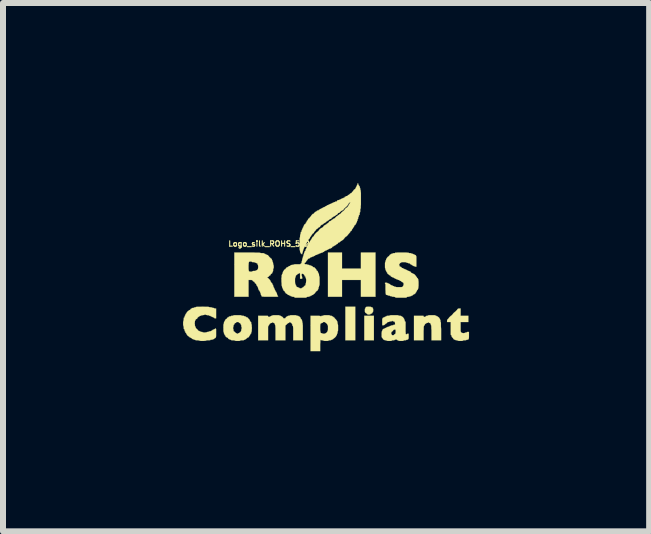
<source format=kicad_pcb>
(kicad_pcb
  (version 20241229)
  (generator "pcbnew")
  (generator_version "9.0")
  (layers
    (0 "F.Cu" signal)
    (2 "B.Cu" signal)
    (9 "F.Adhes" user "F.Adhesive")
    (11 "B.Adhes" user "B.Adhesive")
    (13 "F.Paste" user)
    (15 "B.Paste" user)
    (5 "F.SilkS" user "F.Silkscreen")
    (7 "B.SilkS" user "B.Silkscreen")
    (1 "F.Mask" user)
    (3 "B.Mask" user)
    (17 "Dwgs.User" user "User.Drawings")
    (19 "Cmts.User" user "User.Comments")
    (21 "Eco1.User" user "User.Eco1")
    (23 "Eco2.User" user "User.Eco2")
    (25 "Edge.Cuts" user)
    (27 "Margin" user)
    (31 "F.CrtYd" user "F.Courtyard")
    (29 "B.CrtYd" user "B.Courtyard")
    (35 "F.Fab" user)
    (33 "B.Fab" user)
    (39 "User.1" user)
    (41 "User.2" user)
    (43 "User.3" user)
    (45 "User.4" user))
  (footprint "Logo_silk_ROHS_5x2.8mm"
    (layer "F.Cu")
    (at 2.414 1.411)
    (property "Reference" "Logo_silk_ROHS_5x2.8mm" (at -0.8 -0.4 0) (layer "F.SilkS") (effects (font (size 0.089 0.089) (thickness 0.018))))
    (attr exclude_from_pos_files exclude_from_bom)
    (fp_poly (pts (xy 0.455 1.209) (xy 0.371 1.209) (xy 0.29 1.209) (xy 0.29 0.93) (xy 0.29 0.648) (xy 0.371 0.648) (xy 0.455 0.648) (xy 0.455 0.93) (xy 0.455 1.209)) (stroke (width 0.003) (type solid)) (fill yes) (layer "F.SilkS"))
    (fp_poly (pts (xy 0.765 1.209) (xy 0.683 1.209) (xy 0.605 1.209) (xy 0.605 1.003) (xy 0.605 0.8) (xy 0.683 0.8) (xy 0.765 0.8) (xy 0.765 1.003) (xy 0.765 1.209)) (stroke (width 0.003) (type solid)) (fill yes) (layer "F.SilkS"))
    (fp_poly (pts (xy 0.792 0.483) (xy 0.671 0.483) (xy 0.549 0.483) (xy 0.549 0.343) (xy 0.549 0.203) (xy 0.391 0.203) (xy 0.234 0.203) (xy 0.234 0.343) (xy 0.234 0.483) (xy 0.117 0.483) (xy 0 0.483) (xy 0 0.114) (xy 0 -0.254) (xy 0.117 -0.254) (xy 0.234 -0.254) (xy 0.234 -0.119) (xy 0.234 0.013) (xy 0.391 0.013) (xy 0.549 0.013) (xy 0.549 -0.119) (xy 0.549 -0.254) (xy 0.671 -0.254) (xy 0.792 -0.254) (xy 0.792 0.114) (xy 0.792 0.483)) (stroke (width 0.003) (type solid)) (fill yes) (layer "F.SilkS"))
    (fp_poly (pts (xy 0.754 0.706) (xy 0.752 0.721) (xy 0.752 0.732) (xy 0.749 0.734) (xy 0.744 0.737) (xy 0.744 0.742) (xy 0.739 0.754) (xy 0.729 0.762) (xy 0.719 0.765) (xy 0.711 0.767) (xy 0.709 0.772) (xy 0.706 0.775) (xy 0.699 0.777) (xy 0.681 0.78) (xy 0.665 0.777) (xy 0.655 0.775) (xy 0.653 0.772) (xy 0.65 0.765) (xy 0.645 0.765) (xy 0.638 0.759) (xy 0.627 0.752) (xy 0.625 0.752) (xy 0.62 0.742) (xy 0.615 0.732) (xy 0.615 0.716) (xy 0.615 0.709) (xy 0.615 0.693) (xy 0.617 0.681) (xy 0.62 0.678) (xy 0.622 0.676) (xy 0.625 0.671) (xy 0.627 0.66) (xy 0.635 0.653) (xy 0.65 0.65) (xy 0.673 0.648) (xy 0.678 0.648) (xy 0.699 0.65) (xy 0.711 0.65) (xy 0.719 0.653) (xy 0.724 0.658) (xy 0.732 0.658) (xy 0.742 0.66) (xy 0.744 0.668) (xy 0.747 0.676) (xy 0.749 0.678) (xy 0.752 0.683) (xy 0.754 0.696) (xy 0.754 0.706)) (stroke (width 0.003) (type solid)) (fill yes) (layer "F.SilkS"))
    (fp_poly (pts (xy 1.885 1.209) (xy 1.803 1.209) (xy 1.725 1.209) (xy 1.725 1.085) (xy 1.725 1.041) (xy 1.722 1.008) (xy 1.722 0.983) (xy 1.72 0.965) (xy 1.72 0.96) (xy 1.72 0.958) (xy 1.714 0.955) (xy 1.714 0.945) (xy 1.709 0.93) (xy 1.699 0.922) (xy 1.689 0.919) (xy 1.681 0.917) (xy 1.679 0.912) (xy 1.676 0.904) (xy 1.674 0.904) (xy 1.669 0.907) (xy 1.669 0.912) (xy 1.664 0.917) (xy 1.654 0.919) (xy 1.643 0.919) (xy 1.638 0.925) (xy 1.636 0.93) (xy 1.633 0.93) (xy 1.626 0.932) (xy 1.615 0.942) (xy 1.613 0.95) (xy 1.61 0.958) (xy 1.603 0.963) (xy 1.6 0.968) (xy 1.598 0.97) (xy 1.598 0.978) (xy 1.595 0.986) (xy 1.595 1.001) (xy 1.595 1.024) (xy 1.593 1.052) (xy 1.593 1.09) (xy 1.593 1.209) (xy 1.514 1.209) (xy 1.433 1.209) (xy 1.433 1.003) (xy 1.433 0.8) (xy 1.514 0.8) (xy 1.544 0.8) (xy 1.565 0.8) (xy 1.58 0.8) (xy 1.587 0.8) (xy 1.593 0.803) (xy 1.593 0.805) (xy 1.593 0.808) (xy 1.595 0.815) (xy 1.605 0.818) (xy 1.608 0.818) (xy 1.621 0.818) (xy 1.623 0.813) (xy 1.628 0.81) (xy 1.631 0.808) (xy 1.638 0.805) (xy 1.638 0.803) (xy 1.643 0.8) (xy 1.654 0.8) (xy 1.664 0.798) (xy 1.669 0.795) (xy 1.669 0.792) (xy 1.674 0.792) (xy 1.687 0.79) (xy 1.709 0.79) (xy 1.73 0.79) (xy 1.755 0.79) (xy 1.775 0.79) (xy 1.786 0.792) (xy 1.788 0.792) (xy 1.793 0.798) (xy 1.798 0.8) (xy 1.806 0.8) (xy 1.808 0.803) (xy 1.814 0.808) (xy 1.819 0.808) (xy 1.826 0.81) (xy 1.829 0.813) (xy 1.834 0.818) (xy 1.841 0.823) (xy 1.852 0.831) (xy 1.854 0.838) (xy 1.857 0.843) (xy 1.859 0.843) (xy 1.862 0.848) (xy 1.864 0.853) (xy 1.867 0.861) (xy 1.869 0.864) (xy 1.872 0.869) (xy 1.875 0.879) (xy 1.875 0.884) (xy 1.875 0.897) (xy 1.877 0.904) (xy 1.88 0.904) (xy 1.88 0.909) (xy 1.882 0.925) (xy 1.882 0.947) (xy 1.882 0.98) (xy 1.885 1.021) (xy 1.885 1.057) (xy 1.885 1.209)) (stroke (width 0.003) (type solid)) (fill yes) (layer "F.SilkS"))
    (fp_poly (pts (xy 2.349 1.128) (xy 2.349 1.156) (xy 2.347 1.176) (xy 2.344 1.189) (xy 2.337 1.194) (xy 2.329 1.199) (xy 2.319 1.199) (xy 2.309 1.201) (xy 2.304 1.204) (xy 2.299 1.206) (xy 2.289 1.209) (xy 2.276 1.209) (xy 2.261 1.209) (xy 2.25 1.212) (xy 2.248 1.214) (xy 2.245 1.217) (xy 2.23 1.219) (xy 2.212 1.219) (xy 2.207 1.219) (xy 2.184 1.219) (xy 2.172 1.217) (xy 2.164 1.214) (xy 2.159 1.212) (xy 2.149 1.209) (xy 2.144 1.209) (xy 2.131 1.206) (xy 2.123 1.204) (xy 2.118 1.199) (xy 2.113 1.199) (xy 2.103 1.196) (xy 2.093 1.189) (xy 2.088 1.181) (xy 2.085 1.176) (xy 2.078 1.166) (xy 2.073 1.163) (xy 2.062 1.151) (xy 2.06 1.138) (xy 2.057 1.125) (xy 2.052 1.123) (xy 2.05 1.123) (xy 2.047 1.118) (xy 2.045 1.11) (xy 2.045 1.095) (xy 2.045 1.074) (xy 2.045 1.046) (xy 2.045 1.013) (xy 2.045 0.904) (xy 2.014 0.904) (xy 1.984 0.904) (xy 1.984 0.886) (xy 1.986 0.869) (xy 1.996 0.856) (xy 1.999 0.853) (xy 2.009 0.843) (xy 2.014 0.838) (xy 2.014 0.836) (xy 2.017 0.831) (xy 2.024 0.823) (xy 2.035 0.813) (xy 2.045 0.803) (xy 2.05 0.8) (xy 2.052 0.8) (xy 2.057 0.795) (xy 2.065 0.787) (xy 2.073 0.78) (xy 2.078 0.772) (xy 2.083 0.767) (xy 2.09 0.757) (xy 2.101 0.747) (xy 2.111 0.739) (xy 2.116 0.734) (xy 2.121 0.732) (xy 2.131 0.721) (xy 2.141 0.711) (xy 2.149 0.704) (xy 2.154 0.696) (xy 2.159 0.688) (xy 2.169 0.681) (xy 2.184 0.678) (xy 2.189 0.678) (xy 2.21 0.678) (xy 2.21 0.739) (xy 2.21 0.8) (xy 2.273 0.8) (xy 2.339 0.8) (xy 2.339 0.851) (xy 2.339 0.904) (xy 2.273 0.904) (xy 2.21 0.904) (xy 2.21 0.983) (xy 2.21 1.013) (xy 2.21 1.036) (xy 2.21 1.052) (xy 2.212 1.062) (xy 2.215 1.067) (xy 2.217 1.072) (xy 2.22 1.077) (xy 2.233 1.085) (xy 2.245 1.087) (xy 2.258 1.09) (xy 2.273 1.087) (xy 2.281 1.085) (xy 2.283 1.085) (xy 2.289 1.079) (xy 2.299 1.079) (xy 2.309 1.077) (xy 2.314 1.074) (xy 2.319 1.069) (xy 2.329 1.069) (xy 2.332 1.069) (xy 2.349 1.069) (xy 2.349 1.128)) (stroke (width 0.003) (type solid)) (fill yes) (layer "F.SilkS"))
    (fp_poly (pts (xy -0.419 1.209) (xy -0.498 1.209) (xy -0.579 1.209) (xy -0.579 1.09) (xy -0.579 1.052) (xy -0.579 1.021) (xy -0.579 1.001) (xy -0.582 0.986) (xy -0.582 0.975) (xy -0.584 0.97) (xy -0.587 0.968) (xy -0.592 0.965) (xy -0.594 0.955) (xy -0.594 0.942) (xy -0.599 0.94) (xy -0.602 0.935) (xy -0.605 0.93) (xy -0.607 0.919) (xy -0.615 0.919) (xy -0.622 0.917) (xy -0.625 0.912) (xy -0.627 0.904) (xy -0.632 0.904) (xy -0.643 0.907) (xy -0.643 0.912) (xy -0.648 0.917) (xy -0.653 0.919) (xy -0.663 0.922) (xy -0.676 0.932) (xy -0.686 0.942) (xy -0.709 0.963) (xy -0.709 1.087) (xy -0.709 1.209) (xy -0.79 1.209) (xy -0.874 1.209) (xy -0.874 1.085) (xy -0.874 1.041) (xy -0.874 1.008) (xy -0.876 0.983) (xy -0.876 0.965) (xy -0.879 0.96) (xy -0.879 0.958) (xy -0.881 0.955) (xy -0.884 0.945) (xy -0.886 0.932) (xy -0.897 0.922) (xy -0.907 0.919) (xy -0.912 0.914) (xy -0.914 0.912) (xy -0.917 0.904) (xy -0.919 0.904) (xy -0.922 0.907) (xy -0.925 0.912) (xy -0.927 0.917) (xy -0.94 0.919) (xy -0.953 0.922) (xy -0.965 0.93) (xy -0.975 0.94) (xy -0.978 0.95) (xy -0.983 0.958) (xy -0.988 0.963) (xy -0.993 0.968) (xy -0.993 0.97) (xy -0.996 0.978) (xy -0.998 0.986) (xy -0.998 1.001) (xy -0.998 1.024) (xy -0.998 1.052) (xy -0.998 1.09) (xy -0.998 1.209) (xy -1.082 1.209) (xy -1.163 1.209) (xy -1.163 1.003) (xy -1.163 0.8) (xy -1.082 0.8) (xy -1.052 0.8) (xy -1.029 0.8) (xy -1.013 0.8) (xy -1.006 0.8) (xy -1.001 0.803) (xy -0.998 0.805) (xy -0.998 0.808) (xy -0.996 0.815) (xy -0.988 0.818) (xy -0.983 0.818) (xy -0.973 0.818) (xy -0.968 0.813) (xy -0.965 0.81) (xy -0.958 0.808) (xy -0.95 0.808) (xy -0.947 0.803) (xy -0.945 0.8) (xy -0.937 0.8) (xy -0.927 0.798) (xy -0.925 0.792) (xy -0.919 0.792) (xy -0.904 0.79) (xy -0.884 0.79) (xy -0.866 0.79) (xy -0.841 0.79) (xy -0.823 0.79) (xy -0.81 0.792) (xy -0.808 0.792) (xy -0.805 0.798) (xy -0.795 0.8) (xy -0.787 0.8) (xy -0.785 0.803) (xy -0.78 0.808) (xy -0.777 0.808) (xy -0.767 0.813) (xy -0.757 0.82) (xy -0.747 0.831) (xy -0.744 0.838) (xy -0.739 0.843) (xy -0.729 0.843) (xy -0.726 0.843) (xy -0.714 0.843) (xy -0.709 0.838) (xy -0.706 0.831) (xy -0.696 0.82) (xy -0.686 0.813) (xy -0.676 0.808) (xy -0.671 0.805) (xy -0.668 0.803) (xy -0.665 0.8) (xy -0.653 0.8) (xy -0.65 0.8) (xy -0.64 0.798) (xy -0.635 0.795) (xy -0.632 0.792) (xy -0.63 0.792) (xy -0.615 0.79) (xy -0.594 0.79) (xy -0.582 0.79) (xy -0.556 0.79) (xy -0.538 0.79) (xy -0.531 0.792) (xy -0.528 0.792) (xy -0.523 0.798) (xy -0.513 0.798) (xy -0.511 0.8) (xy -0.5 0.8) (xy -0.493 0.803) (xy -0.49 0.808) (xy -0.485 0.808) (xy -0.475 0.813) (xy -0.465 0.823) (xy -0.457 0.833) (xy -0.455 0.843) (xy -0.45 0.851) (xy -0.447 0.853) (xy -0.439 0.859) (xy -0.439 0.864) (xy -0.437 0.871) (xy -0.434 0.874) (xy -0.432 0.879) (xy -0.429 0.889) (xy -0.429 0.897) (xy -0.427 0.909) (xy -0.424 0.917) (xy -0.424 0.919) (xy -0.422 0.925) (xy -0.422 0.937) (xy -0.419 0.963) (xy -0.419 0.996) (xy -0.419 1.036) (xy -0.419 1.064) (xy -0.419 1.209)) (stroke (width 0.003) (type solid)) (fill yes) (layer "F.SilkS"))
    (fp_poly (pts (xy 0.168 0.998) (xy 0.168 1.026) (xy 0.168 1.044) (xy 0.165 1.057) (xy 0.163 1.059) (xy 0.16 1.064) (xy 0.16 1.074) (xy 0.16 1.079) (xy 0.157 1.092) (xy 0.155 1.097) (xy 0.155 1.1) (xy 0.15 1.102) (xy 0.15 1.113) (xy 0.147 1.12) (xy 0.145 1.123) (xy 0.14 1.128) (xy 0.14 1.13) (xy 0.135 1.14) (xy 0.127 1.151) (xy 0.117 1.161) (xy 0.107 1.171) (xy 0.099 1.173) (xy 0.094 1.179) (xy 0.094 1.181) (xy 0.089 1.186) (xy 0.084 1.189) (xy 0.076 1.191) (xy 0.074 1.194) (xy 0.069 1.199) (xy 0.064 1.199) (xy 0.056 1.201) (xy 0.053 1.204) (xy 0.048 1.206) (xy 0.038 1.209) (xy 0.03 1.209) (xy 0.018 1.209) (xy 0.01 1.212) (xy 0.008 1.214) (xy 0.005 1.217) (xy 0 1.217) (xy 0 1.011) (xy 0 1.003) (xy 0 0.983) (xy 0 0.968) (xy -0.003 0.96) (xy -0.003 0.958) (xy -0.008 0.955) (xy -0.008 0.95) (xy -0.013 0.942) (xy -0.02 0.932) (xy -0.03 0.922) (xy -0.038 0.919) (xy -0.043 0.914) (xy -0.043 0.912) (xy -0.048 0.907) (xy -0.058 0.904) (xy -0.064 0.904) (xy -0.079 0.904) (xy -0.084 0.909) (xy -0.084 0.912) (xy -0.089 0.917) (xy -0.097 0.919) (xy -0.107 0.919) (xy -0.109 0.925) (xy -0.112 0.927) (xy -0.119 0.93) (xy -0.122 0.93) (xy -0.124 0.932) (xy -0.127 0.937) (xy -0.127 0.95) (xy -0.13 0.965) (xy -0.13 0.993) (xy -0.13 1.001) (xy -0.13 1.034) (xy -0.127 1.057) (xy -0.124 1.072) (xy -0.122 1.082) (xy -0.117 1.087) (xy -0.107 1.09) (xy -0.104 1.09) (xy -0.097 1.09) (xy -0.094 1.095) (xy -0.089 1.097) (xy -0.079 1.097) (xy -0.069 1.1) (xy -0.053 1.097) (xy -0.046 1.095) (xy -0.043 1.095) (xy -0.041 1.09) (xy -0.038 1.09) (xy -0.03 1.085) (xy -0.02 1.077) (xy -0.013 1.067) (xy -0.008 1.057) (xy -0.005 1.049) (xy -0.003 1.049) (xy -0.003 1.044) (xy 0 1.031) (xy 0 1.011) (xy 0 1.217) (xy -0.008 1.219) (xy -0.025 1.219) (xy -0.03 1.219) (xy -0.051 1.219) (xy -0.066 1.217) (xy -0.074 1.214) (xy -0.079 1.212) (xy -0.089 1.209) (xy -0.097 1.209) (xy -0.109 1.206) (xy -0.117 1.204) (xy -0.119 1.204) (xy -0.122 1.199) (xy -0.124 1.199) (xy -0.124 1.204) (xy -0.127 1.219) (xy -0.127 1.242) (xy -0.13 1.273) (xy -0.13 1.293) (xy -0.13 1.389) (xy -0.208 1.389) (xy -0.29 1.389) (xy -0.29 1.095) (xy -0.29 0.8) (xy -0.208 0.8) (xy -0.178 0.8) (xy -0.152 0.8) (xy -0.137 0.803) (xy -0.13 0.803) (xy -0.124 0.808) (xy -0.119 0.808) (xy -0.112 0.808) (xy -0.109 0.803) (xy -0.104 0.8) (xy -0.094 0.8) (xy -0.091 0.8) (xy -0.079 0.798) (xy -0.074 0.795) (xy -0.074 0.792) (xy -0.069 0.792) (xy -0.056 0.79) (xy -0.036 0.79) (xy -0.02 0.79) (xy 0 0.79) (xy 0.018 0.79) (xy 0.028 0.792) (xy 0.033 0.798) (xy 0.043 0.798) (xy 0.046 0.8) (xy 0.058 0.8) (xy 0.064 0.803) (xy 0.069 0.808) (xy 0.074 0.808) (xy 0.081 0.813) (xy 0.089 0.818) (xy 0.097 0.826) (xy 0.102 0.828) (xy 0.109 0.833) (xy 0.112 0.841) (xy 0.122 0.851) (xy 0.13 0.859) (xy 0.14 0.871) (xy 0.147 0.881) (xy 0.15 0.886) (xy 0.152 0.892) (xy 0.155 0.894) (xy 0.157 0.899) (xy 0.157 0.909) (xy 0.16 0.917) (xy 0.16 0.93) (xy 0.163 0.937) (xy 0.163 0.94) (xy 0.165 0.942) (xy 0.168 0.958) (xy 0.168 0.978) (xy 0.168 0.998)) (stroke (width 0.003) (type solid)) (fill yes) (layer "F.SilkS"))
    (fp_poly (pts (xy -1.267 1.003) (xy -1.27 1.031) (xy -1.27 1.052) (xy -1.273 1.064) (xy -1.273 1.069) (xy -1.278 1.072) (xy -1.278 1.085) (xy -1.28 1.095) (xy -1.285 1.1) (xy -1.293 1.102) (xy -1.293 1.11) (xy -1.298 1.123) (xy -1.303 1.128) (xy -1.311 1.138) (xy -1.313 1.143) (xy -1.318 1.153) (xy -1.328 1.161) (xy -1.336 1.163) (xy -1.344 1.166) (xy -1.344 1.168) (xy -1.349 1.173) (xy -1.351 1.173) (xy -1.359 1.179) (xy -1.359 1.181) (xy -1.364 1.186) (xy -1.369 1.189) (xy -1.377 1.191) (xy -1.379 1.194) (xy -1.382 1.199) (xy -1.389 1.199) (xy -1.397 1.201) (xy -1.4 1.204) (xy -1.402 1.206) (xy -1.415 1.209) (xy -1.43 1.209) (xy -1.433 1.209) (xy -1.433 1.003) (xy -1.435 0.996) (xy -1.438 0.993) (xy -1.443 0.991) (xy -1.443 0.978) (xy -1.443 0.97) (xy -1.445 0.958) (xy -1.448 0.95) (xy -1.453 0.945) (xy -1.453 0.94) (xy -1.458 0.93) (xy -1.468 0.922) (xy -1.476 0.919) (xy -1.483 0.914) (xy -1.483 0.912) (xy -1.486 0.907) (xy -1.496 0.904) (xy -1.506 0.904) (xy -1.521 0.904) (xy -1.529 0.907) (xy -1.529 0.912) (xy -1.532 0.917) (xy -1.537 0.919) (xy -1.547 0.922) (xy -1.557 0.932) (xy -1.56 0.94) (xy -1.562 0.947) (xy -1.567 0.95) (xy -1.572 0.953) (xy -1.572 0.963) (xy -1.575 0.97) (xy -1.575 0.986) (xy -1.577 0.993) (xy -1.58 0.993) (xy -1.582 0.998) (xy -1.582 1.003) (xy -1.582 1.011) (xy -1.58 1.013) (xy -1.575 1.019) (xy -1.575 1.029) (xy -1.575 1.036) (xy -1.572 1.049) (xy -1.57 1.059) (xy -1.567 1.059) (xy -1.562 1.062) (xy -1.552 1.069) (xy -1.549 1.074) (xy -1.539 1.082) (xy -1.529 1.09) (xy -1.527 1.09) (xy -1.519 1.092) (xy -1.519 1.095) (xy -1.514 1.097) (xy -1.509 1.1) (xy -1.501 1.097) (xy -1.499 1.095) (xy -1.494 1.09) (xy -1.488 1.09) (xy -1.478 1.085) (xy -1.468 1.077) (xy -1.46 1.072) (xy -1.45 1.059) (xy -1.445 1.046) (xy -1.443 1.034) (xy -1.443 1.021) (xy -1.44 1.013) (xy -1.438 1.013) (xy -1.435 1.008) (xy -1.433 1.003) (xy -1.433 1.209) (xy -1.448 1.209) (xy -1.46 1.212) (xy -1.463 1.214) (xy -1.468 1.217) (xy -1.481 1.219) (xy -1.501 1.219) (xy -1.506 1.219) (xy -1.527 1.219) (xy -1.542 1.217) (xy -1.549 1.214) (xy -1.554 1.212) (xy -1.565 1.209) (xy -1.582 1.209) (xy -1.598 1.209) (xy -1.61 1.206) (xy -1.613 1.204) (xy -1.618 1.199) (xy -1.626 1.199) (xy -1.636 1.196) (xy -1.638 1.194) (xy -1.643 1.189) (xy -1.648 1.189) (xy -1.656 1.186) (xy -1.659 1.184) (xy -1.664 1.173) (xy -1.671 1.166) (xy -1.681 1.163) (xy -1.687 1.161) (xy -1.689 1.158) (xy -1.692 1.153) (xy -1.697 1.153) (xy -1.702 1.151) (xy -1.704 1.146) (xy -1.707 1.135) (xy -1.714 1.128) (xy -1.722 1.118) (xy -1.725 1.11) (xy -1.725 1.102) (xy -1.73 1.1) (xy -1.732 1.095) (xy -1.735 1.085) (xy -1.735 1.074) (xy -1.737 1.069) (xy -1.74 1.069) (xy -1.74 1.064) (xy -1.742 1.049) (xy -1.742 1.029) (xy -1.742 1.003) (xy -1.742 0.975) (xy -1.742 0.955) (xy -1.74 0.942) (xy -1.74 0.94) (xy -1.735 0.935) (xy -1.735 0.925) (xy -1.735 0.922) (xy -1.732 0.909) (xy -1.73 0.904) (xy -1.725 0.899) (xy -1.725 0.894) (xy -1.722 0.886) (xy -1.72 0.884) (xy -1.714 0.879) (xy -1.714 0.876) (xy -1.709 0.866) (xy -1.704 0.859) (xy -1.697 0.853) (xy -1.689 0.851) (xy -1.681 0.843) (xy -1.679 0.833) (xy -1.674 0.831) (xy -1.669 0.828) (xy -1.661 0.826) (xy -1.654 0.818) (xy -1.641 0.81) (xy -1.631 0.808) (xy -1.618 0.808) (xy -1.613 0.805) (xy -1.613 0.803) (xy -1.61 0.8) (xy -1.598 0.8) (xy -1.593 0.8) (xy -1.582 0.798) (xy -1.575 0.795) (xy -1.575 0.792) (xy -1.57 0.792) (xy -1.554 0.79) (xy -1.534 0.79) (xy -1.509 0.79) (xy -1.481 0.79) (xy -1.46 0.79) (xy -1.448 0.792) (xy -1.443 0.792) (xy -1.44 0.798) (xy -1.427 0.798) (xy -1.422 0.8) (xy -1.407 0.8) (xy -1.4 0.803) (xy -1.394 0.808) (xy -1.384 0.808) (xy -1.372 0.813) (xy -1.364 0.818) (xy -1.354 0.826) (xy -1.346 0.828) (xy -1.336 0.831) (xy -1.333 0.833) (xy -1.331 0.841) (xy -1.321 0.851) (xy -1.318 0.853) (xy -1.308 0.864) (xy -1.303 0.874) (xy -1.303 0.876) (xy -1.3 0.884) (xy -1.298 0.884) (xy -1.295 0.889) (xy -1.293 0.894) (xy -1.29 0.902) (xy -1.285 0.904) (xy -1.28 0.907) (xy -1.278 0.919) (xy -1.278 0.922) (xy -1.278 0.932) (xy -1.275 0.94) (xy -1.273 0.94) (xy -1.273 0.942) (xy -1.27 0.958) (xy -1.27 0.978) (xy -1.267 1.003)) (stroke (width 0.003) (type solid)) (fill yes) (layer "F.SilkS"))
    (fp_poly (pts (xy 1.344 1.14) (xy 1.344 1.166) (xy 1.341 1.184) (xy 1.333 1.194) (xy 1.326 1.199) (xy 1.316 1.199) (xy 1.308 1.201) (xy 1.303 1.204) (xy 1.3 1.206) (xy 1.288 1.209) (xy 1.28 1.209) (xy 1.267 1.209) (xy 1.26 1.212) (xy 1.26 1.214) (xy 1.255 1.217) (xy 1.242 1.219) (xy 1.222 1.219) (xy 1.217 1.219) (xy 1.196 1.219) (xy 1.181 1.217) (xy 1.173 1.214) (xy 1.168 1.209) (xy 1.163 1.209) (xy 1.156 1.206) (xy 1.153 1.204) (xy 1.151 1.199) (xy 1.146 1.199) (xy 1.138 1.194) (xy 1.135 1.194) (xy 1.133 1.189) (xy 1.13 1.194) (xy 1.128 1.194) (xy 1.128 1.067) (xy 1.128 1.046) (xy 1.123 1.031) (xy 1.12 1.029) (xy 1.113 1.024) (xy 1.11 1.029) (xy 1.105 1.034) (xy 1.097 1.034) (xy 1.09 1.036) (xy 1.09 1.039) (xy 1.085 1.046) (xy 1.079 1.054) (xy 1.072 1.059) (xy 1.067 1.062) (xy 1.062 1.067) (xy 1.057 1.074) (xy 1.054 1.087) (xy 1.054 1.097) (xy 1.057 1.107) (xy 1.059 1.11) (xy 1.064 1.113) (xy 1.064 1.115) (xy 1.067 1.123) (xy 1.079 1.123) (xy 1.082 1.123) (xy 1.095 1.123) (xy 1.1 1.118) (xy 1.1 1.115) (xy 1.102 1.11) (xy 1.107 1.11) (xy 1.118 1.105) (xy 1.125 1.092) (xy 1.128 1.072) (xy 1.128 1.067) (xy 1.128 1.194) (xy 1.125 1.199) (xy 1.118 1.199) (xy 1.11 1.201) (xy 1.11 1.204) (xy 1.105 1.206) (xy 1.092 1.209) (xy 1.087 1.209) (xy 1.072 1.209) (xy 1.064 1.212) (xy 1.064 1.214) (xy 1.059 1.217) (xy 1.046 1.219) (xy 1.026 1.219) (xy 1.021 1.219) (xy 1.001 1.219) (xy 0.986 1.217) (xy 0.978 1.214) (xy 0.975 1.212) (xy 0.963 1.209) (xy 0.958 1.209) (xy 0.947 1.206) (xy 0.94 1.204) (xy 0.935 1.199) (xy 0.932 1.199) (xy 0.925 1.196) (xy 0.917 1.189) (xy 0.914 1.181) (xy 0.909 1.173) (xy 0.904 1.168) (xy 0.899 1.163) (xy 0.897 1.158) (xy 0.894 1.148) (xy 0.894 1.13) (xy 0.894 1.11) (xy 0.894 1.087) (xy 0.897 1.069) (xy 0.897 1.059) (xy 0.899 1.059) (xy 0.902 1.054) (xy 0.904 1.049) (xy 0.907 1.036) (xy 0.917 1.024) (xy 0.93 1.016) (xy 0.937 1.013) (xy 0.947 1.011) (xy 0.95 1.008) (xy 0.953 1.006) (xy 0.958 1.003) (xy 0.968 1.001) (xy 0.968 0.998) (xy 0.973 0.996) (xy 0.978 0.993) (xy 0.988 0.991) (xy 0.988 0.988) (xy 0.993 0.986) (xy 1.003 0.983) (xy 1.006 0.983) (xy 1.019 0.983) (xy 1.024 0.978) (xy 1.024 0.975) (xy 1.029 0.97) (xy 1.039 0.968) (xy 1.049 0.968) (xy 1.054 0.963) (xy 1.059 0.96) (xy 1.069 0.958) (xy 1.072 0.958) (xy 1.082 0.958) (xy 1.09 0.955) (xy 1.092 0.95) (xy 1.105 0.95) (xy 1.113 0.947) (xy 1.118 0.945) (xy 1.118 0.932) (xy 1.118 0.93) (xy 1.115 0.909) (xy 1.107 0.897) (xy 1.092 0.894) (xy 1.082 0.892) (xy 1.079 0.889) (xy 1.074 0.884) (xy 1.072 0.884) (xy 1.064 0.886) (xy 1.064 0.889) (xy 1.059 0.892) (xy 1.049 0.894) (xy 1.044 0.894) (xy 1.031 0.894) (xy 1.024 0.897) (xy 1.024 0.899) (xy 1.019 0.902) (xy 1.008 0.904) (xy 1.006 0.904) (xy 0.996 0.904) (xy 0.988 0.909) (xy 0.986 0.917) (xy 0.975 0.925) (xy 0.968 0.93) (xy 0.963 0.932) (xy 0.953 0.94) (xy 0.95 0.945) (xy 0.935 0.955) (xy 0.919 0.958) (xy 0.904 0.958) (xy 0.904 0.902) (xy 0.904 0.876) (xy 0.904 0.856) (xy 0.907 0.846) (xy 0.909 0.843) (xy 0.914 0.841) (xy 0.914 0.836) (xy 0.917 0.831) (xy 0.927 0.828) (xy 0.935 0.828) (xy 0.94 0.823) (xy 0.942 0.82) (xy 0.95 0.818) (xy 0.958 0.818) (xy 0.958 0.813) (xy 0.963 0.81) (xy 0.968 0.808) (xy 0.978 0.808) (xy 0.978 0.803) (xy 0.983 0.8) (xy 0.996 0.8) (xy 1.006 0.8) (xy 1.021 0.798) (xy 1.031 0.795) (xy 1.034 0.792) (xy 1.039 0.792) (xy 1.052 0.79) (xy 1.074 0.79) (xy 1.105 0.79) (xy 1.133 0.79) (xy 1.156 0.79) (xy 1.168 0.792) (xy 1.173 0.792) (xy 1.179 0.798) (xy 1.189 0.798) (xy 1.196 0.8) (xy 1.209 0.8) (xy 1.217 0.803) (xy 1.219 0.803) (xy 1.222 0.808) (xy 1.227 0.808) (xy 1.234 0.813) (xy 1.245 0.82) (xy 1.255 0.831) (xy 1.26 0.838) (xy 1.262 0.843) (xy 1.265 0.843) (xy 1.267 0.848) (xy 1.27 0.853) (xy 1.27 0.861) (xy 1.273 0.864) (xy 1.278 0.869) (xy 1.278 0.879) (xy 1.28 0.892) (xy 1.285 0.894) (xy 1.288 0.894) (xy 1.29 0.899) (xy 1.293 0.907) (xy 1.293 0.922) (xy 1.293 0.942) (xy 1.293 0.973) (xy 1.293 1.001) (xy 1.293 1.036) (xy 1.293 1.064) (xy 1.295 1.082) (xy 1.295 1.095) (xy 1.295 1.102) (xy 1.298 1.107) (xy 1.3 1.107) (xy 1.303 1.11) (xy 1.311 1.107) (xy 1.313 1.105) (xy 1.318 1.1) (xy 1.328 1.1) (xy 1.344 1.1) (xy 1.344 1.14)) (stroke (width 0.003) (type solid)) (fill yes) (layer "F.SilkS"))
    (fp_poly (pts (xy -0.828 0.478) (xy -0.833 0.48) (xy -0.848 0.483) (xy -0.871 0.483) (xy -0.904 0.483) (xy -0.945 0.483) (xy -0.963 0.483) (xy -1.003 0.483) (xy -1.036 0.483) (xy -1.062 0.483) (xy -1.082 0.48) (xy -1.095 0.48) (xy -1.102 0.478) (xy -1.107 0.472) (xy -1.107 0.467) (xy -1.11 0.462) (xy -1.113 0.455) (xy -1.118 0.45) (xy -1.118 0.439) (xy -1.12 0.429) (xy -1.123 0.424) (xy -1.128 0.419) (xy -1.128 0.411) (xy -1.13 0.401) (xy -1.133 0.399) (xy -1.138 0.394) (xy -1.138 0.389) (xy -1.143 0.381) (xy -1.146 0.378) (xy -1.153 0.373) (xy -1.153 0.368) (xy -1.156 0.361) (xy -1.158 0.358) (xy -1.161 0.356) (xy -1.163 0.343) (xy -1.163 0.34) (xy -1.163 -0.013) (xy -1.163 -0.03) (xy -1.166 -0.043) (xy -1.168 -0.048) (xy -1.173 -0.053) (xy -1.173 -0.061) (xy -1.176 -0.071) (xy -1.184 -0.074) (xy -1.191 -0.076) (xy -1.194 -0.079) (xy -1.199 -0.081) (xy -1.206 -0.084) (xy -1.217 -0.086) (xy -1.219 -0.089) (xy -1.224 -0.091) (xy -1.234 -0.094) (xy -1.245 -0.094) (xy -1.257 -0.094) (xy -1.267 -0.097) (xy -1.267 -0.099) (xy -1.273 -0.102) (xy -1.283 -0.104) (xy -1.295 -0.104) (xy -1.308 -0.102) (xy -1.316 -0.097) (xy -1.318 -0.089) (xy -1.321 -0.074) (xy -1.323 -0.051) (xy -1.323 -0.028) (xy -1.323 -0.003) (xy -1.323 0.018) (xy -1.321 0.038) (xy -1.318 0.051) (xy -1.318 0.056) (xy -1.311 0.061) (xy -1.298 0.064) (xy -1.283 0.064) (xy -1.27 0.064) (xy -1.26 0.061) (xy -1.26 0.058) (xy -1.255 0.056) (xy -1.242 0.053) (xy -1.232 0.053) (xy -1.217 0.053) (xy -1.206 0.051) (xy -1.204 0.048) (xy -1.199 0.043) (xy -1.196 0.043) (xy -1.186 0.041) (xy -1.176 0.033) (xy -1.176 0.03) (xy -1.168 0.023) (xy -1.166 0.015) (xy -1.163 0) (xy -1.163 -0.013) (xy -1.163 0.34) (xy -1.166 0.33) (xy -1.168 0.325) (xy -1.168 0.323) (xy -1.173 0.32) (xy -1.173 0.315) (xy -1.179 0.305) (xy -1.184 0.3) (xy -1.191 0.29) (xy -1.194 0.282) (xy -1.196 0.272) (xy -1.206 0.262) (xy -1.214 0.259) (xy -1.219 0.254) (xy -1.219 0.251) (xy -1.222 0.241) (xy -1.232 0.231) (xy -1.24 0.229) (xy -1.247 0.226) (xy -1.255 0.216) (xy -1.26 0.208) (xy -1.262 0.206) (xy -1.278 0.203) (xy -1.29 0.203) (xy -1.323 0.203) (xy -1.323 0.343) (xy -1.323 0.483) (xy -1.44 0.483) (xy -1.56 0.483) (xy -1.56 0.114) (xy -1.56 -0.254) (xy -1.344 -0.254) (xy -1.285 -0.254) (xy -1.237 -0.254) (xy -1.196 -0.251) (xy -1.166 -0.251) (xy -1.143 -0.251) (xy -1.13 -0.249) (xy -1.128 -0.249) (xy -1.125 -0.246) (xy -1.113 -0.244) (xy -1.097 -0.244) (xy -1.079 -0.244) (xy -1.067 -0.241) (xy -1.064 -0.239) (xy -1.059 -0.234) (xy -1.054 -0.234) (xy -1.046 -0.231) (xy -1.044 -0.229) (xy -1.039 -0.224) (xy -1.034 -0.224) (xy -1.026 -0.221) (xy -1.024 -0.218) (xy -1.019 -0.216) (xy -1.011 -0.213) (xy -1.001 -0.211) (xy -0.998 -0.208) (xy -0.996 -0.203) (xy -0.986 -0.193) (xy -0.975 -0.178) (xy -0.97 -0.175) (xy -0.958 -0.163) (xy -0.947 -0.152) (xy -0.94 -0.15) (xy -0.935 -0.145) (xy -0.935 -0.137) (xy -0.932 -0.127) (xy -0.93 -0.124) (xy -0.925 -0.119) (xy -0.925 -0.109) (xy -0.922 -0.099) (xy -0.919 -0.094) (xy -0.917 -0.089) (xy -0.914 -0.079) (xy -0.914 -0.071) (xy -0.912 -0.058) (xy -0.909 -0.051) (xy -0.909 -0.048) (xy -0.907 -0.043) (xy -0.904 -0.033) (xy -0.904 -0.015) (xy -0.904 0) (xy -0.907 0.01) (xy -0.909 0.013) (xy -0.912 0.018) (xy -0.914 0.03) (xy -0.914 0.038) (xy -0.914 0.053) (xy -0.917 0.061) (xy -0.919 0.064) (xy -0.922 0.069) (xy -0.925 0.074) (xy -0.927 0.084) (xy -0.932 0.094) (xy -0.94 0.099) (xy -0.942 0.099) (xy -0.947 0.102) (xy -0.955 0.112) (xy -0.958 0.122) (xy -0.963 0.127) (xy -0.968 0.13) (xy -0.978 0.132) (xy -0.978 0.135) (xy -0.983 0.142) (xy -0.993 0.152) (xy -1.003 0.155) (xy -1.011 0.155) (xy -1.013 0.16) (xy -1.011 0.163) (xy -1.008 0.163) (xy -1.001 0.168) (xy -0.991 0.178) (xy -0.978 0.191) (xy -0.968 0.203) (xy -0.96 0.213) (xy -0.958 0.218) (xy -0.958 0.226) (xy -0.953 0.229) (xy -0.95 0.234) (xy -0.947 0.239) (xy -0.947 0.246) (xy -0.942 0.249) (xy -0.935 0.254) (xy -0.927 0.264) (xy -0.925 0.274) (xy -0.922 0.282) (xy -0.919 0.284) (xy -0.914 0.287) (xy -0.914 0.3) (xy -0.912 0.31) (xy -0.909 0.315) (xy -0.904 0.318) (xy -0.904 0.323) (xy -0.902 0.333) (xy -0.899 0.333) (xy -0.894 0.338) (xy -0.894 0.345) (xy -0.892 0.356) (xy -0.889 0.358) (xy -0.884 0.363) (xy -0.884 0.368) (xy -0.881 0.376) (xy -0.879 0.378) (xy -0.874 0.384) (xy -0.874 0.389) (xy -0.871 0.396) (xy -0.866 0.399) (xy -0.861 0.404) (xy -0.859 0.411) (xy -0.856 0.422) (xy -0.853 0.424) (xy -0.851 0.429) (xy -0.848 0.439) (xy -0.848 0.45) (xy -0.843 0.455) (xy -0.841 0.457) (xy -0.838 0.465) (xy -0.836 0.472) (xy -0.833 0.475) (xy -0.828 0.478)) (stroke (width 0.003) (type solid)) (fill yes) (layer "F.SilkS"))
    (fp_poly (pts (xy -1.864 1.087) (xy -1.864 1.118) (xy -1.864 1.14) (xy -1.867 1.158) (xy -1.872 1.166) (xy -1.877 1.171) (xy -1.885 1.173) (xy -1.892 1.179) (xy -1.895 1.181) (xy -1.897 1.186) (xy -1.905 1.189) (xy -1.915 1.191) (xy -1.918 1.194) (xy -1.923 1.196) (xy -1.933 1.199) (xy -1.938 1.199) (xy -1.951 1.199) (xy -1.958 1.201) (xy -1.958 1.204) (xy -1.963 1.206) (xy -1.976 1.209) (xy -1.994 1.209) (xy -1.996 1.209) (xy -2.014 1.209) (xy -2.029 1.212) (xy -2.035 1.214) (xy -2.04 1.217) (xy -2.052 1.217) (xy -2.073 1.219) (xy -2.088 1.219) (xy -2.113 1.219) (xy -2.131 1.217) (xy -2.141 1.214) (xy -2.144 1.214) (xy -2.149 1.212) (xy -2.162 1.209) (xy -2.177 1.209) (xy -2.192 1.209) (xy -2.205 1.206) (xy -2.21 1.204) (xy -2.212 1.201) (xy -2.223 1.199) (xy -2.235 1.196) (xy -2.238 1.194) (xy -2.243 1.191) (xy -2.25 1.189) (xy -2.261 1.186) (xy -2.263 1.181) (xy -2.268 1.176) (xy -2.273 1.173) (xy -2.281 1.171) (xy -2.283 1.168) (xy -2.289 1.163) (xy -2.294 1.163) (xy -2.301 1.161) (xy -2.309 1.153) (xy -2.316 1.146) (xy -2.319 1.143) (xy -2.327 1.14) (xy -2.337 1.133) (xy -2.344 1.123) (xy -2.349 1.115) (xy -2.352 1.11) (xy -2.355 1.11) (xy -2.357 1.105) (xy -2.36 1.1) (xy -2.362 1.09) (xy -2.37 1.085) (xy -2.377 1.074) (xy -2.377 1.067) (xy -2.38 1.059) (xy -2.383 1.059) (xy -2.388 1.054) (xy -2.388 1.044) (xy -2.388 1.041) (xy -2.39 1.029) (xy -2.395 1.024) (xy -2.4 1.021) (xy -2.403 1.013) (xy -2.403 0.996) (xy -2.405 0.98) (xy -2.408 0.97) (xy -2.408 0.968) (xy -2.41 0.965) (xy -2.413 0.95) (xy -2.413 0.932) (xy -2.413 0.927) (xy -2.413 0.907) (xy -2.41 0.892) (xy -2.41 0.884) (xy -2.408 0.884) (xy -2.405 0.879) (xy -2.405 0.869) (xy -2.403 0.856) (xy -2.403 0.841) (xy -2.4 0.831) (xy -2.395 0.828) (xy -2.39 0.826) (xy -2.388 0.813) (xy -2.388 0.803) (xy -2.383 0.8) (xy -2.38 0.795) (xy -2.377 0.79) (xy -2.377 0.78) (xy -2.375 0.78) (xy -2.37 0.775) (xy -2.37 0.772) (xy -2.367 0.765) (xy -2.365 0.765) (xy -2.36 0.759) (xy -2.36 0.757) (xy -2.355 0.749) (xy -2.347 0.737) (xy -2.337 0.726) (xy -2.327 0.716) (xy -2.319 0.714) (xy -2.314 0.711) (xy -2.314 0.709) (xy -2.309 0.704) (xy -2.304 0.704) (xy -2.296 0.701) (xy -2.294 0.699) (xy -2.289 0.688) (xy -2.281 0.681) (xy -2.271 0.678) (xy -2.266 0.676) (xy -2.263 0.673) (xy -2.261 0.671) (xy -2.248 0.668) (xy -2.245 0.668) (xy -2.235 0.668) (xy -2.23 0.665) (xy -2.228 0.663) (xy -2.225 0.66) (xy -2.215 0.658) (xy -2.202 0.658) (xy -2.2 0.653) (xy -2.195 0.653) (xy -2.179 0.65) (xy -2.156 0.65) (xy -2.123 0.65) (xy -2.09 0.648) (xy -2.052 0.65) (xy -2.022 0.65) (xy -1.999 0.65) (xy -1.986 0.653) (xy -1.984 0.653) (xy -1.979 0.655) (xy -1.968 0.658) (xy -1.956 0.658) (xy -1.941 0.66) (xy -1.93 0.663) (xy -1.928 0.663) (xy -1.925 0.668) (xy -1.913 0.668) (xy -1.91 0.668) (xy -1.9 0.671) (xy -1.895 0.673) (xy -1.89 0.678) (xy -1.88 0.678) (xy -1.864 0.678) (xy -1.864 0.762) (xy -1.864 0.843) (xy -1.88 0.843) (xy -1.89 0.841) (xy -1.895 0.836) (xy -1.897 0.831) (xy -1.905 0.828) (xy -1.915 0.828) (xy -1.918 0.823) (xy -1.923 0.82) (xy -1.928 0.818) (xy -1.938 0.818) (xy -1.938 0.813) (xy -1.943 0.81) (xy -1.948 0.808) (xy -1.956 0.808) (xy -1.958 0.803) (xy -1.963 0.8) (xy -1.971 0.8) (xy -1.981 0.798) (xy -1.984 0.792) (xy -1.989 0.79) (xy -1.999 0.79) (xy -2.009 0.79) (xy -2.022 0.787) (xy -2.032 0.785) (xy -2.035 0.785) (xy -2.037 0.78) (xy -2.047 0.78) (xy -2.055 0.78) (xy -2.06 0.785) (xy -2.062 0.787) (xy -2.075 0.787) (xy -2.083 0.79) (xy -2.098 0.79) (xy -2.108 0.792) (xy -2.113 0.798) (xy -2.121 0.8) (xy -2.131 0.8) (xy -2.134 0.803) (xy -2.139 0.808) (xy -2.141 0.808) (xy -2.149 0.813) (xy -2.159 0.82) (xy -2.169 0.828) (xy -2.174 0.836) (xy -2.177 0.843) (xy -2.184 0.851) (xy -2.189 0.853) (xy -2.192 0.853) (xy -2.2 0.859) (xy -2.205 0.866) (xy -2.21 0.876) (xy -2.212 0.884) (xy -2.215 0.884) (xy -2.217 0.889) (xy -2.217 0.902) (xy -2.22 0.922) (xy -2.22 0.927) (xy -2.217 0.947) (xy -2.217 0.963) (xy -2.215 0.968) (xy -2.21 0.973) (xy -2.21 0.98) (xy -2.207 0.991) (xy -2.205 0.993) (xy -2.2 0.998) (xy -2.2 1.003) (xy -2.197 1.011) (xy -2.195 1.013) (xy -2.187 1.016) (xy -2.177 1.026) (xy -2.169 1.036) (xy -2.164 1.044) (xy -2.159 1.049) (xy -2.154 1.049) (xy -2.146 1.052) (xy -2.144 1.054) (xy -2.139 1.057) (xy -2.134 1.059) (xy -2.126 1.062) (xy -2.123 1.064) (xy -2.118 1.067) (xy -2.108 1.069) (xy -2.106 1.069) (xy -2.095 1.069) (xy -2.088 1.072) (xy -2.088 1.074) (xy -2.085 1.077) (xy -2.073 1.077) (xy -2.057 1.079) (xy -2.04 1.077) (xy -2.027 1.077) (xy -2.024 1.074) (xy -2.019 1.072) (xy -2.009 1.069) (xy -2.004 1.069) (xy -1.991 1.067) (xy -1.984 1.064) (xy -1.979 1.059) (xy -1.968 1.059) (xy -1.966 1.059) (xy -1.956 1.057) (xy -1.948 1.054) (xy -1.946 1.049) (xy -1.938 1.049) (xy -1.93 1.046) (xy -1.928 1.041) (xy -1.925 1.036) (xy -1.915 1.034) (xy -1.908 1.031) (xy -1.905 1.029) (xy -1.9 1.024) (xy -1.895 1.024) (xy -1.885 1.021) (xy -1.885 1.019) (xy -1.88 1.013) (xy -1.875 1.013) (xy -1.869 1.013) (xy -1.867 1.016) (xy -1.864 1.024) (xy -1.864 1.034) (xy -1.864 1.052) (xy -1.864 1.077) (xy -1.864 1.087)) (stroke (width 0.003) (type solid)) (fill yes) (layer "F.SilkS"))
    (fp_poly (pts (xy 1.509 0.269) (xy 1.509 0.3) (xy 1.506 0.323) (xy 1.506 0.338) (xy 1.504 0.343) (xy 1.501 0.348) (xy 1.499 0.356) (xy 1.496 0.366) (xy 1.491 0.368) (xy 1.486 0.373) (xy 1.483 0.378) (xy 1.481 0.386) (xy 1.478 0.389) (xy 1.476 0.394) (xy 1.473 0.399) (xy 1.471 0.406) (xy 1.468 0.409) (xy 1.463 0.411) (xy 1.463 0.414) (xy 1.46 0.422) (xy 1.45 0.432) (xy 1.44 0.439) (xy 1.43 0.445) (xy 1.42 0.447) (xy 1.415 0.455) (xy 1.405 0.462) (xy 1.397 0.465) (xy 1.389 0.467) (xy 1.389 0.47) (xy 1.384 0.472) (xy 1.374 0.475) (xy 1.364 0.475) (xy 1.359 0.478) (xy 1.354 0.483) (xy 1.344 0.483) (xy 1.336 0.483) (xy 1.321 0.485) (xy 1.316 0.488) (xy 1.313 0.49) (xy 1.313 0.493) (xy 1.308 0.495) (xy 1.298 0.498) (xy 1.285 0.498) (xy 1.262 0.498) (xy 1.232 0.498) (xy 1.217 0.498) (xy 1.181 0.498) (xy 1.158 0.498) (xy 1.14 0.498) (xy 1.128 0.495) (xy 1.123 0.495) (xy 1.12 0.493) (xy 1.118 0.49) (xy 1.115 0.488) (xy 1.107 0.485) (xy 1.092 0.483) (xy 1.077 0.483) (xy 1.067 0.48) (xy 1.064 0.478) (xy 1.059 0.475) (xy 1.049 0.475) (xy 1.039 0.472) (xy 1.034 0.47) (xy 1.029 0.465) (xy 1.019 0.465) (xy 1.016 0.465) (xy 1.006 0.462) (xy 0.998 0.46) (xy 0.996 0.455) (xy 0.986 0.455) (xy 0.975 0.452) (xy 0.97 0.45) (xy 0.965 0.445) (xy 0.963 0.434) (xy 0.96 0.417) (xy 0.96 0.394) (xy 0.958 0.361) (xy 0.958 0.353) (xy 0.958 0.32) (xy 0.958 0.295) (xy 0.958 0.277) (xy 0.955 0.269) (xy 0.95 0.264) (xy 0.95 0.259) (xy 0.95 0.251) (xy 0.958 0.249) (xy 0.968 0.249) (xy 0.98 0.249) (xy 0.988 0.251) (xy 0.988 0.254) (xy 0.993 0.257) (xy 1.001 0.259) (xy 1.011 0.262) (xy 1.013 0.264) (xy 1.019 0.267) (xy 1.024 0.269) (xy 1.031 0.272) (xy 1.034 0.277) (xy 1.039 0.282) (xy 1.044 0.284) (xy 1.052 0.287) (xy 1.054 0.29) (xy 1.059 0.292) (xy 1.067 0.295) (xy 1.074 0.295) (xy 1.079 0.3) (xy 1.082 0.302) (xy 1.09 0.305) (xy 1.097 0.305) (xy 1.1 0.31) (xy 1.102 0.312) (xy 1.113 0.315) (xy 1.115 0.315) (xy 1.125 0.315) (xy 1.128 0.318) (xy 1.128 0.32) (xy 1.133 0.32) (xy 1.148 0.323) (xy 1.168 0.323) (xy 1.181 0.323) (xy 1.206 0.323) (xy 1.222 0.323) (xy 1.232 0.32) (xy 1.24 0.318) (xy 1.245 0.312) (xy 1.247 0.312) (xy 1.255 0.297) (xy 1.26 0.282) (xy 1.26 0.264) (xy 1.255 0.251) (xy 1.245 0.241) (xy 1.237 0.239) (xy 1.229 0.236) (xy 1.224 0.229) (xy 1.214 0.221) (xy 1.204 0.218) (xy 1.196 0.216) (xy 1.194 0.211) (xy 1.189 0.206) (xy 1.179 0.203) (xy 1.168 0.203) (xy 1.163 0.198) (xy 1.158 0.196) (xy 1.151 0.193) (xy 1.143 0.193) (xy 1.138 0.188) (xy 1.135 0.185) (xy 1.128 0.183) (xy 1.12 0.183) (xy 1.118 0.178) (xy 1.115 0.175) (xy 1.11 0.173) (xy 1.1 0.173) (xy 1.1 0.168) (xy 1.095 0.165) (xy 1.09 0.163) (xy 1.079 0.163) (xy 1.079 0.16) (xy 1.074 0.155) (xy 1.069 0.155) (xy 1.057 0.15) (xy 1.046 0.142) (xy 1.044 0.135) (xy 1.039 0.13) (xy 1.034 0.13) (xy 1.026 0.124) (xy 1.019 0.119) (xy 1.011 0.112) (xy 1.008 0.109) (xy 0.998 0.104) (xy 0.991 0.097) (xy 0.988 0.086) (xy 0.986 0.079) (xy 0.983 0.079) (xy 0.98 0.074) (xy 0.978 0.071) (xy 0.975 0.064) (xy 0.973 0.064) (xy 0.97 0.058) (xy 0.968 0.053) (xy 0.968 0.046) (xy 0.963 0.043) (xy 0.96 0.041) (xy 0.958 0.028) (xy 0.958 0.018) (xy 0.955 0.013) (xy 0.953 0.01) (xy 0.95 -0.003) (xy 0.95 -0.023) (xy 0.95 -0.038) (xy 0.95 -0.064) (xy 0.95 -0.081) (xy 0.953 -0.091) (xy 0.955 -0.094) (xy 0.958 -0.099) (xy 0.958 -0.109) (xy 0.96 -0.119) (xy 0.963 -0.124) (xy 0.968 -0.127) (xy 0.968 -0.137) (xy 0.97 -0.145) (xy 0.973 -0.15) (xy 0.978 -0.152) (xy 0.978 -0.157) (xy 0.983 -0.165) (xy 0.991 -0.175) (xy 0.998 -0.183) (xy 1.006 -0.188) (xy 1.013 -0.193) (xy 1.019 -0.198) (xy 1.024 -0.206) (xy 1.029 -0.213) (xy 1.036 -0.221) (xy 1.046 -0.224) (xy 1.052 -0.226) (xy 1.054 -0.229) (xy 1.059 -0.234) (xy 1.067 -0.234) (xy 1.074 -0.236) (xy 1.079 -0.239) (xy 1.082 -0.241) (xy 1.095 -0.244) (xy 1.1 -0.244) (xy 1.113 -0.244) (xy 1.118 -0.246) (xy 1.118 -0.249) (xy 1.123 -0.251) (xy 1.138 -0.251) (xy 1.161 -0.254) (xy 1.194 -0.254) (xy 1.232 -0.254) (xy 1.27 -0.254) (xy 1.303 -0.254) (xy 1.326 -0.251) (xy 1.339 -0.251) (xy 1.344 -0.249) (xy 1.349 -0.246) (xy 1.359 -0.244) (xy 1.367 -0.244) (xy 1.379 -0.244) (xy 1.387 -0.241) (xy 1.389 -0.239) (xy 1.392 -0.236) (xy 1.405 -0.234) (xy 1.415 -0.231) (xy 1.42 -0.229) (xy 1.422 -0.226) (xy 1.43 -0.224) (xy 1.44 -0.221) (xy 1.443 -0.218) (xy 1.448 -0.213) (xy 1.453 -0.213) (xy 1.463 -0.211) (xy 1.463 -0.206) (xy 1.466 -0.201) (xy 1.468 -0.198) (xy 1.471 -0.193) (xy 1.473 -0.18) (xy 1.473 -0.157) (xy 1.473 -0.127) (xy 1.473 -0.109) (xy 1.473 -0.018) (xy 1.458 -0.018) (xy 1.448 -0.02) (xy 1.443 -0.023) (xy 1.44 -0.028) (xy 1.43 -0.028) (xy 1.422 -0.03) (xy 1.42 -0.033) (xy 1.415 -0.038) (xy 1.41 -0.038) (xy 1.4 -0.043) (xy 1.394 -0.048) (xy 1.384 -0.056) (xy 1.377 -0.058) (xy 1.369 -0.061) (xy 1.369 -0.066) (xy 1.364 -0.071) (xy 1.354 -0.074) (xy 1.351 -0.074) (xy 1.339 -0.076) (xy 1.333 -0.079) (xy 1.328 -0.081) (xy 1.318 -0.084) (xy 1.308 -0.086) (xy 1.303 -0.089) (xy 1.298 -0.091) (xy 1.285 -0.094) (xy 1.267 -0.094) (xy 1.262 -0.094) (xy 1.24 -0.094) (xy 1.227 -0.091) (xy 1.219 -0.089) (xy 1.214 -0.084) (xy 1.204 -0.079) (xy 1.196 -0.071) (xy 1.194 -0.064) (xy 1.191 -0.058) (xy 1.189 -0.058) (xy 1.184 -0.053) (xy 1.184 -0.048) (xy 1.186 -0.041) (xy 1.189 -0.038) (xy 1.194 -0.036) (xy 1.194 -0.028) (xy 1.196 -0.02) (xy 1.204 -0.018) (xy 1.217 -0.015) (xy 1.224 -0.008) (xy 1.229 0) (xy 1.232 0.003) (xy 1.24 0.005) (xy 1.247 0.005) (xy 1.25 0.008) (xy 1.252 0.013) (xy 1.26 0.013) (xy 1.267 0.015) (xy 1.27 0.018) (xy 1.273 0.023) (xy 1.28 0.023) (xy 1.29 0.025) (xy 1.293 0.028) (xy 1.298 0.033) (xy 1.303 0.033) (xy 1.311 0.036) (xy 1.313 0.038) (xy 1.318 0.043) (xy 1.323 0.043) (xy 1.331 0.046) (xy 1.333 0.048) (xy 1.339 0.053) (xy 1.346 0.053) (xy 1.356 0.056) (xy 1.359 0.058) (xy 1.364 0.064) (xy 1.369 0.064) (xy 1.377 0.066) (xy 1.379 0.069) (xy 1.382 0.079) (xy 1.392 0.086) (xy 1.402 0.089) (xy 1.407 0.091) (xy 1.41 0.094) (xy 1.412 0.097) (xy 1.42 0.099) (xy 1.427 0.102) (xy 1.44 0.109) (xy 1.45 0.119) (xy 1.46 0.13) (xy 1.463 0.137) (xy 1.468 0.142) (xy 1.473 0.15) (xy 1.481 0.157) (xy 1.483 0.165) (xy 1.488 0.173) (xy 1.491 0.173) (xy 1.499 0.178) (xy 1.499 0.183) (xy 1.501 0.193) (xy 1.504 0.193) (xy 1.506 0.198) (xy 1.506 0.213) (xy 1.509 0.234) (xy 1.509 0.264) (xy 1.509 0.269)) (stroke (width 0.003) (type solid)) (fill yes) (layer "F.SilkS"))
    (fp_poly (pts (xy 0.549 -1.138) (xy 0.549 -1.092) (xy 0.549 -1.054) (xy 0.546 -1.024) (xy 0.546 -1.003) (xy 0.546 -0.991) (xy 0.544 -0.988) (xy 0.541 -0.983) (xy 0.538 -0.973) (xy 0.538 -0.955) (xy 0.538 -0.94) (xy 0.536 -0.927) (xy 0.533 -0.925) (xy 0.531 -0.919) (xy 0.528 -0.907) (xy 0.528 -0.902) (xy 0.528 -0.886) (xy 0.523 -0.879) (xy 0.521 -0.879) (xy 0.516 -0.874) (xy 0.513 -0.864) (xy 0.513 -0.853) (xy 0.508 -0.848) (xy 0.505 -0.843) (xy 0.503 -0.833) (xy 0.503 -0.831) (xy 0.503 -0.82) (xy 0.5 -0.813) (xy 0.498 -0.813) (xy 0.495 -0.81) (xy 0.493 -0.8) (xy 0.493 -0.798) (xy 0.493 -0.787) (xy 0.488 -0.785) (xy 0.485 -0.78) (xy 0.483 -0.772) (xy 0.483 -0.762) (xy 0.478 -0.759) (xy 0.475 -0.754) (xy 0.475 -0.749) (xy 0.472 -0.742) (xy 0.47 -0.739) (xy 0.465 -0.734) (xy 0.465 -0.732) (xy 0.46 -0.721) (xy 0.452 -0.711) (xy 0.445 -0.709) (xy 0.439 -0.704) (xy 0.439 -0.699) (xy 0.434 -0.686) (xy 0.429 -0.678) (xy 0.422 -0.671) (xy 0.419 -0.663) (xy 0.414 -0.655) (xy 0.409 -0.648) (xy 0.401 -0.64) (xy 0.399 -0.632) (xy 0.396 -0.622) (xy 0.386 -0.612) (xy 0.378 -0.61) (xy 0.373 -0.605) (xy 0.373 -0.602) (xy 0.371 -0.594) (xy 0.361 -0.582) (xy 0.353 -0.574) (xy 0.343 -0.561) (xy 0.335 -0.554) (xy 0.333 -0.551) (xy 0.33 -0.546) (xy 0.323 -0.538) (xy 0.315 -0.528) (xy 0.307 -0.523) (xy 0.302 -0.521) (xy 0.292 -0.513) (xy 0.282 -0.503) (xy 0.274 -0.493) (xy 0.269 -0.488) (xy 0.269 -0.485) (xy 0.264 -0.48) (xy 0.257 -0.472) (xy 0.246 -0.462) (xy 0.241 -0.46) (xy 0.239 -0.46) (xy 0.234 -0.455) (xy 0.229 -0.45) (xy 0.226 -0.45) (xy 0.218 -0.445) (xy 0.206 -0.437) (xy 0.203 -0.434) (xy 0.193 -0.424) (xy 0.18 -0.419) (xy 0.17 -0.417) (xy 0.168 -0.414) (xy 0.165 -0.404) (xy 0.155 -0.396) (xy 0.147 -0.394) (xy 0.14 -0.391) (xy 0.135 -0.384) (xy 0.124 -0.376) (xy 0.117 -0.373) (xy 0.109 -0.371) (xy 0.109 -0.368) (xy 0.104 -0.363) (xy 0.102 -0.363) (xy 0.094 -0.361) (xy 0.094 -0.358) (xy 0.089 -0.356) (xy 0.084 -0.353) (xy 0.076 -0.351) (xy 0.074 -0.348) (xy 0.069 -0.34) (xy 0.061 -0.33) (xy 0.051 -0.328) (xy 0.046 -0.325) (xy 0.043 -0.323) (xy 0.041 -0.32) (xy 0.03 -0.318) (xy 0.023 -0.318) (xy 0.018 -0.315) (xy 0.015 -0.31) (xy 0.008 -0.31) (xy 0 -0.307) (xy 0 -0.305) (xy -0.003 -0.3) (xy -0.008 -0.3) (xy -0.018 -0.297) (xy -0.018 -0.295) (xy -0.023 -0.29) (xy -0.03 -0.29) (xy -0.041 -0.287) (xy -0.043 -0.284) (xy -0.048 -0.279) (xy -0.053 -0.279) (xy -0.061 -0.277) (xy -0.064 -0.272) (xy -0.069 -0.264) (xy -0.074 -0.264) (xy -0.081 -0.262) (xy -0.084 -0.259) (xy -0.089 -0.254) (xy -0.097 -0.254) (xy -0.107 -0.251) (xy -0.109 -0.249) (xy -0.114 -0.246) (xy -0.124 -0.244) (xy -0.135 -0.241) (xy -0.14 -0.239) (xy -0.142 -0.234) (xy -0.15 -0.234) (xy -0.157 -0.231) (xy -0.157 -0.229) (xy -0.163 -0.226) (xy -0.17 -0.224) (xy -0.18 -0.221) (xy -0.183 -0.218) (xy -0.188 -0.216) (xy -0.198 -0.213) (xy -0.211 -0.211) (xy -0.213 -0.206) (xy -0.218 -0.201) (xy -0.224 -0.198) (xy -0.231 -0.196) (xy -0.234 -0.193) (xy -0.239 -0.191) (xy -0.246 -0.188) (xy -0.257 -0.188) (xy -0.259 -0.183) (xy -0.264 -0.18) (xy -0.272 -0.178) (xy -0.287 -0.175) (xy -0.295 -0.168) (xy -0.302 -0.16) (xy -0.31 -0.157) (xy -0.32 -0.155) (xy -0.33 -0.147) (xy -0.34 -0.137) (xy -0.343 -0.13) (xy -0.348 -0.124) (xy -0.353 -0.119) (xy -0.361 -0.112) (xy -0.363 -0.104) (xy -0.368 -0.097) (xy -0.376 -0.086) (xy -0.384 -0.084) (xy -0.389 -0.079) (xy -0.389 -0.071) (xy -0.389 -0.064) (xy -0.384 -0.061) (xy -0.373 -0.058) (xy -0.366 -0.058) (xy -0.353 -0.058) (xy -0.345 -0.056) (xy -0.343 -0.053) (xy -0.34 -0.051) (xy -0.328 -0.048) (xy -0.325 -0.048) (xy -0.315 -0.048) (xy -0.31 -0.043) (xy -0.305 -0.041) (xy -0.295 -0.038) (xy -0.282 -0.038) (xy -0.279 -0.033) (xy -0.274 -0.03) (xy -0.269 -0.028) (xy -0.259 -0.025) (xy -0.254 -0.018) (xy -0.244 -0.01) (xy -0.236 -0.008) (xy -0.226 -0.008) (xy -0.224 -0.003) (xy -0.221 0) (xy -0.211 0.01) (xy -0.208 0.013) (xy -0.198 0.023) (xy -0.193 0.033) (xy -0.191 0.043) (xy -0.18 0.051) (xy -0.175 0.053) (xy -0.17 0.058) (xy -0.168 0.066) (xy -0.168 0.076) (xy -0.163 0.079) (xy -0.16 0.084) (xy -0.157 0.089) (xy -0.157 0.097) (xy -0.155 0.099) (xy -0.15 0.104) (xy -0.15 0.114) (xy -0.15 0.122) (xy -0.147 0.135) (xy -0.145 0.142) (xy -0.145 0.145) (xy -0.142 0.147) (xy -0.14 0.163) (xy -0.14 0.185) (xy -0.14 0.213) (xy -0.14 0.218) (xy -0.14 0.249) (xy -0.14 0.272) (xy -0.142 0.287) (xy -0.142 0.295) (xy -0.145 0.295) (xy -0.147 0.297) (xy -0.15 0.31) (xy -0.15 0.32) (xy -0.155 0.323) (xy -0.157 0.328) (xy -0.157 0.338) (xy -0.157 0.34) (xy -0.16 0.353) (xy -0.163 0.358) (xy -0.168 0.363) (xy -0.168 0.368) (xy -0.17 0.376) (xy -0.173 0.378) (xy -0.18 0.381) (xy -0.191 0.391) (xy -0.201 0.399) (xy -0.208 0.409) (xy -0.213 0.417) (xy -0.216 0.422) (xy -0.226 0.432) (xy -0.236 0.439) (xy -0.241 0.445) (xy -0.244 0.445) (xy -0.249 0.447) (xy -0.249 0.45) (xy -0.254 0.452) (xy -0.259 0.455) (xy -0.267 0.455) (xy -0.269 0.46) (xy -0.272 0.462) (xy -0.279 0.465) (xy -0.287 0.465) (xy -0.29 0.47) (xy -0.292 0.472) (xy -0.3 0.475) (xy -0.307 0.475) (xy -0.31 0.478) (xy -0.312 0.483) (xy -0.325 0.483) (xy -0.33 0.483) (xy -0.345 0.485) (xy -0.353 0.488) (xy -0.353 0.49) (xy -0.356 0.493) (xy -0.358 0.495) (xy -0.363 0.495) (xy -0.363 0.221) (xy -0.363 0.216) (xy -0.363 0.196) (xy -0.366 0.18) (xy -0.368 0.175) (xy -0.368 0.173) (xy -0.373 0.17) (xy -0.373 0.16) (xy -0.376 0.147) (xy -0.381 0.145) (xy -0.389 0.14) (xy -0.389 0.135) (xy -0.394 0.122) (xy -0.404 0.109) (xy -0.417 0.102) (xy -0.427 0.099) (xy -0.434 0.099) (xy -0.437 0.104) (xy -0.439 0.114) (xy -0.439 0.122) (xy -0.437 0.135) (xy -0.434 0.142) (xy -0.434 0.145) (xy -0.432 0.147) (xy -0.429 0.16) (xy -0.429 0.163) (xy -0.429 0.178) (xy -0.432 0.183) (xy -0.442 0.183) (xy -0.447 0.183) (xy -0.465 0.183) (xy -0.465 0.137) (xy -0.465 0.114) (xy -0.465 0.099) (xy -0.467 0.091) (xy -0.47 0.089) (xy -0.472 0.089) (xy -0.483 0.091) (xy -0.483 0.094) (xy -0.488 0.099) (xy -0.493 0.099) (xy -0.503 0.102) (xy -0.508 0.109) (xy -0.516 0.117) (xy -0.521 0.119) (xy -0.528 0.124) (xy -0.536 0.135) (xy -0.538 0.147) (xy -0.541 0.16) (xy -0.544 0.163) (xy -0.546 0.168) (xy -0.549 0.183) (xy -0.549 0.203) (xy -0.549 0.216) (xy -0.549 0.241) (xy -0.546 0.257) (xy -0.546 0.267) (xy -0.544 0.269) (xy -0.541 0.274) (xy -0.538 0.282) (xy -0.536 0.29) (xy -0.533 0.295) (xy -0.528 0.297) (xy -0.528 0.305) (xy -0.526 0.312) (xy -0.521 0.315) (xy -0.516 0.318) (xy -0.513 0.32) (xy -0.511 0.323) (xy -0.503 0.323) (xy -0.495 0.325) (xy -0.493 0.328) (xy -0.49 0.333) (xy -0.483 0.333) (xy -0.475 0.335) (xy -0.472 0.338) (xy -0.47 0.343) (xy -0.46 0.343) (xy -0.457 0.343) (xy -0.445 0.343) (xy -0.439 0.34) (xy -0.439 0.338) (xy -0.434 0.335) (xy -0.432 0.333) (xy -0.424 0.33) (xy -0.411 0.323) (xy -0.404 0.315) (xy -0.391 0.302) (xy -0.384 0.295) (xy -0.378 0.295) (xy -0.376 0.29) (xy -0.373 0.279) (xy -0.373 0.277) (xy -0.373 0.264) (xy -0.368 0.259) (xy -0.366 0.254) (xy -0.366 0.241) (xy -0.363 0.221) (xy -0.363 0.495) (xy -0.368 0.498) (xy -0.384 0.498) (xy -0.404 0.498) (xy -0.434 0.498) (xy -0.457 0.498) (xy -0.49 0.498) (xy -0.518 0.498) (xy -0.536 0.498) (xy -0.549 0.498) (xy -0.556 0.495) (xy -0.559 0.493) (xy -0.559 0.49) (xy -0.561 0.485) (xy -0.572 0.485) (xy -0.582 0.483) (xy -0.594 0.483) (xy -0.602 0.48) (xy -0.605 0.478) (xy -0.607 0.475) (xy -0.615 0.475) (xy -0.622 0.472) (xy -0.625 0.47) (xy -0.627 0.465) (xy -0.632 0.465) (xy -0.643 0.462) (xy -0.643 0.46) (xy -0.648 0.455) (xy -0.655 0.455) (xy -0.668 0.45) (xy -0.673 0.445) (xy -0.681 0.437) (xy -0.688 0.434) (xy -0.696 0.429) (xy -0.706 0.422) (xy -0.709 0.414) (xy -0.711 0.409) (xy -0.714 0.409) (xy -0.719 0.404) (xy -0.719 0.399) (xy -0.721 0.391) (xy -0.724 0.389) (xy -0.734 0.384) (xy -0.742 0.376) (xy -0.744 0.366) (xy -0.747 0.361) (xy -0.749 0.358) (xy -0.752 0.356) (xy -0.754 0.345) (xy -0.754 0.338) (xy -0.759 0.333) (xy -0.762 0.33) (xy -0.765 0.32) (xy -0.765 0.307) (xy -0.77 0.305) (xy -0.77 0.3) (xy -0.772 0.284) (xy -0.772 0.262) (xy -0.775 0.231) (xy -0.775 0.211) (xy -0.775 0.175) (xy -0.772 0.15) (xy -0.772 0.13) (xy -0.77 0.119) (xy -0.765 0.114) (xy -0.765 0.109) (xy -0.762 0.102) (xy -0.759 0.099) (xy -0.754 0.094) (xy -0.754 0.084) (xy -0.754 0.081) (xy -0.749 0.066) (xy -0.744 0.058) (xy -0.737 0.051) (xy -0.734 0.043) (xy -0.732 0.036) (xy -0.729 0.033) (xy -0.721 0.03) (xy -0.711 0.023) (xy -0.701 0.01) (xy -0.693 0) (xy -0.688 -0.003) (xy -0.686 -0.008) (xy -0.678 -0.008) (xy -0.671 -0.01) (xy -0.668 -0.013) (xy -0.665 -0.018) (xy -0.66 -0.018) (xy -0.655 -0.02) (xy -0.653 -0.023) (xy -0.65 -0.028) (xy -0.643 -0.028) (xy -0.635 -0.03) (xy -0.632 -0.033) (xy -0.63 -0.038) (xy -0.625 -0.038) (xy -0.615 -0.041) (xy -0.615 -0.043) (xy -0.61 -0.046) (xy -0.597 -0.048) (xy -0.592 -0.048) (xy -0.577 -0.051) (xy -0.569 -0.053) (xy -0.564 -0.056) (xy -0.551 -0.058) (xy -0.528 -0.058) (xy -0.511 -0.058) (xy -0.485 -0.058) (xy -0.47 -0.058) (xy -0.46 -0.061) (xy -0.455 -0.064) (xy -0.455 -0.066) (xy -0.45 -0.074) (xy -0.447 -0.074) (xy -0.442 -0.076) (xy -0.439 -0.089) (xy -0.439 -0.094) (xy -0.437 -0.107) (xy -0.434 -0.114) (xy -0.432 -0.119) (xy -0.429 -0.13) (xy -0.429 -0.137) (xy -0.427 -0.15) (xy -0.424 -0.157) (xy -0.419 -0.163) (xy -0.419 -0.173) (xy -0.417 -0.185) (xy -0.414 -0.188) (xy -0.411 -0.193) (xy -0.409 -0.203) (xy -0.409 -0.206) (xy -0.406 -0.218) (xy -0.404 -0.224) (xy -0.401 -0.229) (xy -0.399 -0.239) (xy -0.396 -0.249) (xy -0.394 -0.254) (xy -0.391 -0.259) (xy -0.389 -0.267) (xy -0.386 -0.277) (xy -0.381 -0.279) (xy -0.376 -0.282) (xy -0.373 -0.295) (xy -0.373 -0.305) (xy -0.368 -0.31) (xy -0.366 -0.312) (xy -0.363 -0.318) (xy -0.361 -0.328) (xy -0.358 -0.328) (xy -0.356 -0.333) (xy -0.353 -0.34) (xy -0.353 -0.351) (xy -0.348 -0.353) (xy -0.345 -0.358) (xy -0.343 -0.363) (xy -0.343 -0.371) (xy -0.338 -0.373) (xy -0.335 -0.378) (xy -0.333 -0.384) (xy -0.333 -0.391) (xy -0.328 -0.394) (xy -0.325 -0.399) (xy -0.323 -0.406) (xy -0.323 -0.417) (xy -0.318 -0.419) (xy -0.31 -0.422) (xy -0.302 -0.432) (xy -0.3 -0.442) (xy -0.297 -0.447) (xy -0.295 -0.45) (xy -0.29 -0.452) (xy -0.29 -0.457) (xy -0.284 -0.467) (xy -0.279 -0.472) (xy -0.272 -0.483) (xy -0.269 -0.49) (xy -0.264 -0.5) (xy -0.257 -0.511) (xy -0.246 -0.521) (xy -0.239 -0.523) (xy -0.234 -0.528) (xy -0.234 -0.533) (xy -0.231 -0.541) (xy -0.229 -0.544) (xy -0.224 -0.549) (xy -0.221 -0.554) (xy -0.213 -0.564) (xy -0.201 -0.577) (xy -0.191 -0.587) (xy -0.18 -0.597) (xy -0.175 -0.599) (xy -0.17 -0.602) (xy -0.163 -0.61) (xy -0.155 -0.617) (xy -0.15 -0.625) (xy -0.15 -0.627) (xy -0.145 -0.632) (xy -0.137 -0.643) (xy -0.124 -0.653) (xy -0.114 -0.66) (xy -0.107 -0.663) (xy -0.099 -0.668) (xy -0.089 -0.673) (xy -0.079 -0.683) (xy -0.074 -0.691) (xy -0.069 -0.699) (xy -0.061 -0.706) (xy -0.051 -0.709) (xy -0.046 -0.711) (xy -0.043 -0.714) (xy -0.041 -0.719) (xy -0.038 -0.719) (xy -0.03 -0.721) (xy -0.023 -0.729) (xy -0.015 -0.737) (xy -0.01 -0.739) (xy -0.003 -0.742) (xy 0.005 -0.749) (xy 0.015 -0.759) (xy 0.018 -0.767) (xy 0.018 -0.77) (xy 0.023 -0.772) (xy 0.028 -0.775) (xy 0.038 -0.777) (xy 0.051 -0.785) (xy 0.053 -0.787) (xy 0.064 -0.798) (xy 0.074 -0.803) (xy 0.084 -0.808) (xy 0.089 -0.813) (xy 0.099 -0.82) (xy 0.107 -0.823) (xy 0.117 -0.826) (xy 0.119 -0.828) (xy 0.122 -0.836) (xy 0.132 -0.846) (xy 0.142 -0.856) (xy 0.15 -0.859) (xy 0.157 -0.864) (xy 0.163 -0.869) (xy 0.17 -0.876) (xy 0.175 -0.879) (xy 0.183 -0.881) (xy 0.188 -0.889) (xy 0.198 -0.897) (xy 0.206 -0.899) (xy 0.213 -0.902) (xy 0.213 -0.904) (xy 0.216 -0.909) (xy 0.224 -0.919) (xy 0.234 -0.93) (xy 0.241 -0.935) (xy 0.246 -0.937) (xy 0.254 -0.945) (xy 0.267 -0.955) (xy 0.274 -0.965) (xy 0.279 -0.97) (xy 0.282 -0.975) (xy 0.29 -0.986) (xy 0.297 -0.993) (xy 0.305 -0.998) (xy 0.307 -0.998) (xy 0.312 -1.003) (xy 0.323 -1.011) (xy 0.333 -1.024) (xy 0.34 -1.034) (xy 0.343 -1.041) (xy 0.348 -1.052) (xy 0.353 -1.059) (xy 0.361 -1.067) (xy 0.363 -1.074) (xy 0.366 -1.082) (xy 0.371 -1.085) (xy 0.373 -1.09) (xy 0.373 -1.092) (xy 0.368 -1.09) (xy 0.358 -1.085) (xy 0.348 -1.074) (xy 0.34 -1.064) (xy 0.335 -1.054) (xy 0.333 -1.052) (xy 0.33 -1.044) (xy 0.328 -1.044) (xy 0.325 -1.039) (xy 0.323 -1.039) (xy 0.32 -1.031) (xy 0.312 -1.024) (xy 0.307 -1.019) (xy 0.302 -1.016) (xy 0.292 -1.006) (xy 0.282 -0.996) (xy 0.269 -0.986) (xy 0.262 -0.975) (xy 0.259 -0.97) (xy 0.254 -0.963) (xy 0.246 -0.958) (xy 0.236 -0.955) (xy 0.229 -0.95) (xy 0.216 -0.942) (xy 0.208 -0.935) (xy 0.196 -0.922) (xy 0.185 -0.914) (xy 0.18 -0.914) (xy 0.17 -0.912) (xy 0.168 -0.909) (xy 0.165 -0.902) (xy 0.157 -0.892) (xy 0.147 -0.884) (xy 0.137 -0.879) (xy 0.13 -0.876) (xy 0.124 -0.869) (xy 0.114 -0.861) (xy 0.107 -0.859) (xy 0.097 -0.856) (xy 0.089 -0.848) (xy 0.079 -0.841) (xy 0.074 -0.838) (xy 0.066 -0.836) (xy 0.064 -0.833) (xy 0.058 -0.823) (xy 0.051 -0.815) (xy 0.041 -0.813) (xy 0.033 -0.81) (xy 0.023 -0.803) (xy 0.018 -0.798) (xy 0.008 -0.79) (xy 0 -0.785) (xy -0.008 -0.782) (xy -0.008 -0.78) (xy -0.013 -0.775) (xy -0.018 -0.775) (xy -0.028 -0.77) (xy -0.028 -0.767) (xy -0.033 -0.759) (xy -0.036 -0.759) (xy -0.043 -0.757) (xy -0.043 -0.754) (xy -0.048 -0.749) (xy -0.051 -0.749) (xy -0.061 -0.744) (xy -0.071 -0.737) (xy -0.074 -0.734) (xy -0.084 -0.724) (xy -0.094 -0.719) (xy -0.097 -0.719) (xy -0.104 -0.716) (xy -0.114 -0.709) (xy -0.124 -0.699) (xy -0.13 -0.691) (xy -0.132 -0.683) (xy -0.14 -0.678) (xy -0.15 -0.673) (xy -0.157 -0.671) (xy -0.163 -0.663) (xy -0.17 -0.655) (xy -0.175 -0.653) (xy -0.18 -0.65) (xy -0.191 -0.643) (xy -0.198 -0.635) (xy -0.203 -0.627) (xy -0.203 -0.625) (xy -0.208 -0.62) (xy -0.216 -0.612) (xy -0.218 -0.61) (xy -0.229 -0.597) (xy -0.234 -0.589) (xy -0.234 -0.587) (xy -0.236 -0.579) (xy -0.239 -0.579) (xy -0.246 -0.574) (xy -0.257 -0.566) (xy -0.264 -0.556) (xy -0.269 -0.549) (xy -0.272 -0.544) (xy -0.274 -0.544) (xy -0.277 -0.538) (xy -0.279 -0.536) (xy -0.282 -0.526) (xy -0.29 -0.518) (xy -0.297 -0.511) (xy -0.3 -0.503) (xy -0.3 -0.495) (xy -0.305 -0.493) (xy -0.307 -0.49) (xy -0.31 -0.485) (xy -0.312 -0.48) (xy -0.315 -0.478) (xy -0.323 -0.475) (xy -0.323 -0.47) (xy -0.325 -0.46) (xy -0.328 -0.46) (xy -0.333 -0.455) (xy -0.333 -0.45) (xy -0.338 -0.439) (xy -0.343 -0.434) (xy -0.351 -0.424) (xy -0.353 -0.414) (xy -0.356 -0.406) (xy -0.358 -0.404) (xy -0.363 -0.399) (xy -0.363 -0.394) (xy -0.366 -0.386) (xy -0.368 -0.384) (xy -0.373 -0.378) (xy -0.373 -0.373) (xy -0.376 -0.366) (xy -0.381 -0.363) (xy -0.386 -0.358) (xy -0.389 -0.351) (xy -0.391 -0.343) (xy -0.394 -0.338) (xy -0.399 -0.335) (xy -0.399 -0.328) (xy -0.401 -0.32) (xy -0.404 -0.318) (xy -0.406 -0.315) (xy -0.409 -0.305) (xy -0.409 -0.292) (xy -0.414 -0.29) (xy -0.417 -0.284) (xy -0.419 -0.274) (xy -0.419 -0.272) (xy -0.419 -0.259) (xy -0.424 -0.254) (xy -0.427 -0.249) (xy -0.429 -0.239) (xy -0.429 -0.229) (xy -0.434 -0.224) (xy -0.439 -0.229) (xy -0.442 -0.234) (xy -0.447 -0.234) (xy -0.452 -0.239) (xy -0.455 -0.244) (xy -0.455 -0.251) (xy -0.46 -0.254) (xy -0.462 -0.259) (xy -0.465 -0.269) (xy -0.465 -0.272) (xy -0.465 -0.282) (xy -0.467 -0.29) (xy -0.47 -0.29) (xy -0.47 -0.295) (xy -0.472 -0.307) (xy -0.472 -0.33) (xy -0.472 -0.363) (xy -0.472 -0.396) (xy -0.472 -0.434) (xy -0.472 -0.465) (xy -0.472 -0.488) (xy -0.47 -0.5) (xy -0.47 -0.503) (xy -0.465 -0.508) (xy -0.465 -0.521) (xy -0.465 -0.531) (xy -0.462 -0.546) (xy -0.46 -0.556) (xy -0.46 -0.559) (xy -0.455 -0.564) (xy -0.455 -0.574) (xy -0.455 -0.579) (xy -0.452 -0.592) (xy -0.45 -0.599) (xy -0.447 -0.599) (xy -0.439 -0.602) (xy -0.439 -0.615) (xy -0.439 -0.617) (xy -0.437 -0.627) (xy -0.434 -0.632) (xy -0.429 -0.638) (xy -0.429 -0.643) (xy -0.427 -0.653) (xy -0.424 -0.653) (xy -0.419 -0.658) (xy -0.419 -0.663) (xy -0.417 -0.671) (xy -0.414 -0.673) (xy -0.409 -0.678) (xy -0.409 -0.686) (xy -0.406 -0.696) (xy -0.404 -0.699) (xy -0.399 -0.704) (xy -0.399 -0.706) (xy -0.396 -0.716) (xy -0.386 -0.726) (xy -0.378 -0.729) (xy -0.373 -0.734) (xy -0.373 -0.737) (xy -0.371 -0.747) (xy -0.363 -0.754) (xy -0.356 -0.765) (xy -0.353 -0.772) (xy -0.351 -0.782) (xy -0.343 -0.787) (xy -0.335 -0.798) (xy -0.333 -0.803) (xy -0.33 -0.813) (xy -0.323 -0.82) (xy -0.315 -0.823) (xy -0.31 -0.828) (xy -0.305 -0.836) (xy -0.297 -0.846) (xy -0.295 -0.848) (xy -0.284 -0.859) (xy -0.279 -0.866) (xy -0.279 -0.869) (xy -0.274 -0.876) (xy -0.264 -0.886) (xy -0.254 -0.897) (xy -0.244 -0.899) (xy -0.236 -0.902) (xy -0.234 -0.904) (xy -0.231 -0.912) (xy -0.221 -0.922) (xy -0.211 -0.93) (xy -0.203 -0.935) (xy -0.196 -0.937) (xy -0.188 -0.945) (xy -0.178 -0.953) (xy -0.17 -0.955) (xy -0.16 -0.955) (xy -0.157 -0.958) (xy -0.155 -0.963) (xy -0.15 -0.963) (xy -0.14 -0.968) (xy -0.14 -0.97) (xy -0.135 -0.978) (xy -0.13 -0.978) (xy -0.119 -0.98) (xy -0.119 -0.983) (xy -0.114 -0.988) (xy -0.107 -0.988) (xy -0.097 -0.993) (xy -0.089 -0.998) (xy -0.079 -1.006) (xy -0.069 -1.008) (xy -0.056 -1.013) (xy -0.048 -1.019) (xy -0.038 -1.026) (xy -0.03 -1.029) (xy -0.02 -1.031) (xy -0.018 -1.036) (xy -0.015 -1.041) (xy -0.003 -1.044) (xy 0.005 -1.044) (xy 0.008 -1.049) (xy 0.013 -1.052) (xy 0.018 -1.054) (xy 0.028 -1.057) (xy 0.028 -1.059) (xy 0.033 -1.062) (xy 0.041 -1.064) (xy 0.051 -1.064) (xy 0.053 -1.069) (xy 0.058 -1.072) (xy 0.064 -1.074) (xy 0.071 -1.077) (xy 0.074 -1.079) (xy 0.079 -1.082) (xy 0.084 -1.085) (xy 0.091 -1.085) (xy 0.094 -1.09) (xy 0.099 -1.092) (xy 0.107 -1.095) (xy 0.117 -1.095) (xy 0.119 -1.1) (xy 0.122 -1.102) (xy 0.135 -1.105) (xy 0.145 -1.105) (xy 0.15 -1.11) (xy 0.152 -1.12) (xy 0.165 -1.125) (xy 0.178 -1.128) (xy 0.188 -1.13) (xy 0.193 -1.133) (xy 0.198 -1.138) (xy 0.203 -1.138) (xy 0.211 -1.14) (xy 0.213 -1.143) (xy 0.218 -1.148) (xy 0.224 -1.148) (xy 0.231 -1.151) (xy 0.234 -1.153) (xy 0.239 -1.158) (xy 0.246 -1.158) (xy 0.257 -1.161) (xy 0.259 -1.163) (xy 0.262 -1.168) (xy 0.269 -1.168) (xy 0.277 -1.171) (xy 0.279 -1.176) (xy 0.282 -1.184) (xy 0.29 -1.184) (xy 0.297 -1.186) (xy 0.3 -1.189) (xy 0.302 -1.194) (xy 0.31 -1.194) (xy 0.323 -1.196) (xy 0.328 -1.204) (xy 0.338 -1.212) (xy 0.343 -1.214) (xy 0.351 -1.217) (xy 0.361 -1.227) (xy 0.363 -1.229) (xy 0.376 -1.24) (xy 0.386 -1.245) (xy 0.389 -1.245) (xy 0.396 -1.247) (xy 0.399 -1.257) (xy 0.401 -1.265) (xy 0.409 -1.267) (xy 0.417 -1.273) (xy 0.419 -1.278) (xy 0.422 -1.285) (xy 0.429 -1.295) (xy 0.439 -1.306) (xy 0.447 -1.308) (xy 0.45 -1.308) (xy 0.452 -1.313) (xy 0.455 -1.316) (xy 0.457 -1.323) (xy 0.46 -1.323) (xy 0.462 -1.328) (xy 0.465 -1.333) (xy 0.465 -1.341) (xy 0.47 -1.344) (xy 0.472 -1.349) (xy 0.475 -1.354) (xy 0.475 -1.361) (xy 0.478 -1.364) (xy 0.483 -1.369) (xy 0.483 -1.374) (xy 0.485 -1.382) (xy 0.488 -1.384) (xy 0.493 -1.387) (xy 0.493 -1.397) (xy 0.495 -1.405) (xy 0.498 -1.41) (xy 0.503 -1.405) (xy 0.503 -1.397) (xy 0.505 -1.387) (xy 0.508 -1.384) (xy 0.513 -1.379) (xy 0.513 -1.374) (xy 0.516 -1.367) (xy 0.521 -1.364) (xy 0.528 -1.359) (xy 0.528 -1.349) (xy 0.531 -1.339) (xy 0.533 -1.333) (xy 0.536 -1.328) (xy 0.538 -1.318) (xy 0.538 -1.311) (xy 0.541 -1.298) (xy 0.544 -1.29) (xy 0.544 -1.288) (xy 0.546 -1.283) (xy 0.546 -1.27) (xy 0.549 -1.245) (xy 0.549 -1.212) (xy 0.549 -1.171) (xy 0.549 -1.138)) (stroke (width 0.003) (type solid)) (fill yes) (layer "F.SilkS")))
  (gr_rect
    (start -3 -3)
    (end 7.765 5.802)
    (stroke (width 0.1) (type default))
    (fill no)
    (layer "Edge.Cuts")))
</source>
